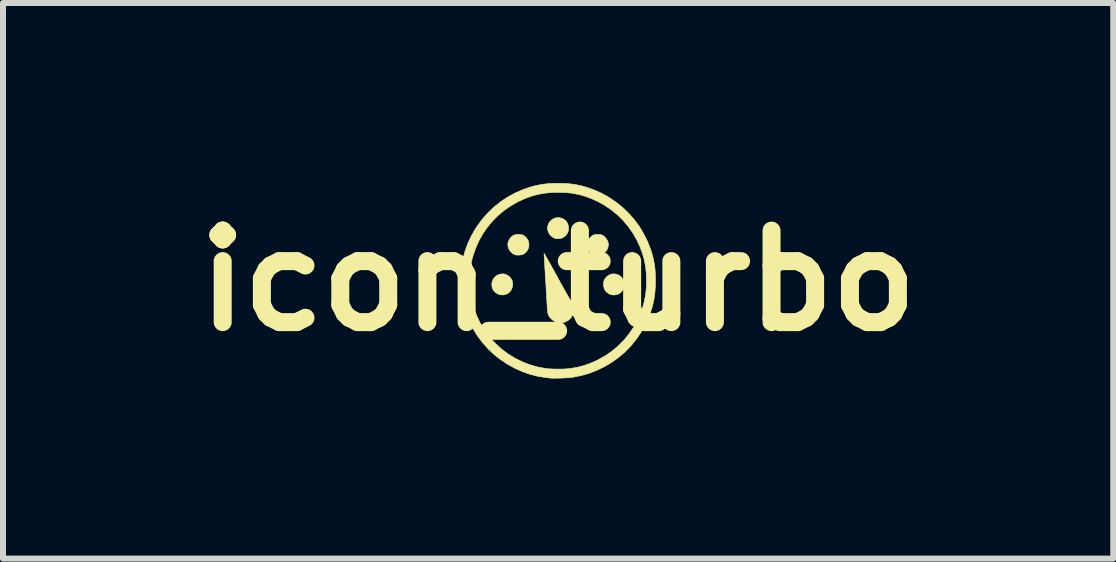
<source format=kicad_pcb>
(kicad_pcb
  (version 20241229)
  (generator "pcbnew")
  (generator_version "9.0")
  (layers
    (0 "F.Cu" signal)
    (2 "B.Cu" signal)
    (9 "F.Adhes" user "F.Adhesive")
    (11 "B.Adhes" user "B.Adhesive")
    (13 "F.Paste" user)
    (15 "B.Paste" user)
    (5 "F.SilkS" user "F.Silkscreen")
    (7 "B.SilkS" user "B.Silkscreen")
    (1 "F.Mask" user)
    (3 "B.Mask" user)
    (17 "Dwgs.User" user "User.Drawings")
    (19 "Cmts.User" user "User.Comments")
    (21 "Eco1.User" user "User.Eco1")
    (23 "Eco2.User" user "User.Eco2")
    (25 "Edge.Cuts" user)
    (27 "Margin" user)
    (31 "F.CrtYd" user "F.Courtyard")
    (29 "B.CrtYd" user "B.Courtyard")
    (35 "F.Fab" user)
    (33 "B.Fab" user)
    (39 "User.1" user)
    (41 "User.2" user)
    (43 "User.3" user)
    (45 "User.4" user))
  (footprint "icon_turbo"
    (layer "F.Cu")
    (at 6.248 1.627)
    (property "Reference" "icon_turbo" (at 0 0 0) (layer "F.SilkS") (effects (font (size 1.524 1.524) (thickness 0.3))))
    (attr through_hole)
    (fp_poly (pts (xy 0.939 -0.113) (xy 0.982 -0.106) (xy 1.019 -0.089) (xy 1.052 -0.063) (xy 1.058 -0.056) (xy 1.084 -0.021) (xy 1.099 0.016) (xy 1.104 0.058) (xy 1.103 0.076) (xy 1.094 0.121) (xy 1.075 0.16) (xy 1.047 0.193) (xy 1.012 0.218) (xy 0.972 0.233) (xy 0.928 0.238) (xy 0.898 0.235) (xy 0.852 0.22) (xy 0.815 0.196) (xy 0.785 0.163) (xy 0.766 0.123) (xy 0.757 0.076) (xy 0.756 0.06) (xy 0.761 0.013) (xy 0.778 -0.028) (xy 0.805 -0.063) (xy 0.843 -0.091) (xy 0.862 -0.1) (xy 0.885 -0.109) (xy 0.905 -0.113) (xy 0.928 -0.114) (xy 0.939 -0.113)) (stroke (width 0.01) (type solid)) (fill yes) (layer "F.SilkS"))
    (fp_poly (pts (xy -0.892 -0.111) (xy -0.871 -0.104) (xy -0.862 -0.1) (xy -0.82 -0.075) (xy -0.788 -0.043) (xy -0.767 -0.004) (xy -0.757 0.04) (xy -0.756 0.06) (xy -0.762 0.107) (xy -0.778 0.148) (xy -0.803 0.183) (xy -0.836 0.211) (xy -0.875 0.229) (xy -0.918 0.237) (xy -0.965 0.234) (xy -0.965 0.234) (xy -1.002 0.222) (xy -1.037 0.2) (xy -1.067 0.171) (xy -1.089 0.139) (xy -1.098 0.116) (xy -1.105 0.068) (xy -1.1 0.022) (xy -1.084 -0.021) (xy -1.056 -0.058) (xy -1.055 -0.059) (xy -1.022 -0.087) (xy -0.985 -0.105) (xy -0.941 -0.113) (xy -0.939 -0.113) (xy -0.912 -0.114) (xy -0.892 -0.111)) (stroke (width 0.01) (type solid)) (fill yes) (layer "F.SilkS"))
    (fp_poly (pts (xy 0.036 -1.048) (xy 0.078 -1.034) (xy 0.087 -1.029) (xy 0.125 -1.001) (xy 0.152 -0.966) (xy 0.168 -0.925) (xy 0.174 -0.877) (xy 0.174 -0.876) (xy 0.173 -0.847) (xy 0.169 -0.826) (xy 0.162 -0.806) (xy 0.157 -0.796) (xy 0.131 -0.758) (xy 0.097 -0.729) (xy 0.058 -0.709) (xy 0.014 -0.7) (xy -0.03 -0.701) (xy -0.048 -0.705) (xy -0.082 -0.72) (xy -0.114 -0.744) (xy -0.141 -0.773) (xy -0.15 -0.786) (xy -0.169 -0.828) (xy -0.176 -0.869) (xy -0.173 -0.909) (xy -0.16 -0.947) (xy -0.14 -0.98) (xy -0.113 -1.009) (xy -0.081 -1.031) (xy -0.045 -1.046) (xy -0.005 -1.052) (xy 0.036 -1.048)) (stroke (width 0.01) (type solid)) (fill yes) (layer "F.SilkS"))
    (fp_poly (pts (xy 0.679 -0.772) (xy 0.713 -0.767) (xy 0.74 -0.758) (xy 0.775 -0.733) (xy 0.804 -0.699) (xy 0.825 -0.661) (xy 0.837 -0.62) (xy 0.838 -0.6) (xy 0.832 -0.559) (xy 0.816 -0.519) (xy 0.791 -0.483) (xy 0.759 -0.454) (xy 0.74 -0.443) (xy 0.716 -0.435) (xy 0.686 -0.429) (xy 0.653 -0.427) (xy 0.622 -0.428) (xy 0.599 -0.433) (xy 0.566 -0.451) (xy 0.535 -0.476) (xy 0.521 -0.491) (xy 0.506 -0.515) (xy 0.493 -0.546) (xy 0.485 -0.578) (xy 0.483 -0.597) (xy 0.488 -0.64) (xy 0.505 -0.681) (xy 0.531 -0.717) (xy 0.564 -0.747) (xy 0.581 -0.758) (xy 0.608 -0.767) (xy 0.642 -0.772) (xy 0.679 -0.772)) (stroke (width 0.01) (type solid)) (fill yes) (layer "F.SilkS"))
    (fp_poly (pts (xy -0.621 -0.769) (xy -0.59 -0.762) (xy -0.563 -0.747) (xy -0.537 -0.724) (xy -0.529 -0.715) (xy -0.503 -0.679) (xy -0.489 -0.639) (xy -0.485 -0.597) (xy -0.49 -0.556) (xy -0.506 -0.516) (xy -0.53 -0.481) (xy -0.563 -0.452) (xy -0.583 -0.44) (xy -0.604 -0.434) (xy -0.632 -0.429) (xy -0.663 -0.427) (xy -0.691 -0.428) (xy -0.711 -0.431) (xy -0.752 -0.45) (xy -0.786 -0.479) (xy -0.813 -0.514) (xy -0.831 -0.554) (xy -0.838 -0.597) (xy -0.838 -0.6) (xy -0.833 -0.638) (xy -0.818 -0.677) (xy -0.796 -0.711) (xy -0.792 -0.716) (xy -0.765 -0.742) (xy -0.739 -0.758) (xy -0.709 -0.768) (xy -0.673 -0.771) (xy -0.66 -0.771) (xy -0.621 -0.769)) (stroke (width 0.01) (type solid)) (fill yes) (layer "F.SilkS"))
    (fp_poly (pts (xy -0.23 -0.451) (xy -0.221 -0.437) (xy -0.208 -0.413) (xy -0.189 -0.381) (xy -0.167 -0.341) (xy -0.14 -0.294) (xy -0.111 -0.241) (xy -0.079 -0.184) (xy -0.045 -0.122) (xy -0.023 -0.081) (xy 0.013 -0.016) (xy 0.047 0.047) (xy 0.08 0.105) (xy 0.11 0.159) (xy 0.137 0.207) (xy 0.161 0.249) (xy 0.18 0.283) (xy 0.195 0.308) (xy 0.205 0.323) (xy 0.207 0.327) (xy 0.238 0.374) (xy 0.256 0.423) (xy 0.263 0.474) (xy 0.263 0.476) (xy 0.258 0.527) (xy 0.244 0.571) (xy 0.219 0.611) (xy 0.197 0.636) (xy 0.157 0.667) (xy 0.112 0.689) (xy 0.064 0.701) (xy 0.015 0.701) (xy 0.001 0.698) (xy -0.048 0.682) (xy -0.094 0.653) (xy -0.118 0.632) (xy -0.14 0.607) (xy -0.156 0.582) (xy -0.168 0.553) (xy -0.175 0.517) (xy -0.179 0.473) (xy -0.181 0.449) (xy -0.182 0.428) (xy -0.183 0.397) (xy -0.186 0.355) (xy -0.189 0.305) (xy -0.192 0.247) (xy -0.196 0.184) (xy -0.2 0.115) (xy -0.204 0.044) (xy -0.209 -0.029) (xy -0.21 -0.039) (xy -0.214 -0.11) (xy -0.218 -0.177) (xy -0.222 -0.239) (xy -0.225 -0.296) (xy -0.228 -0.346) (xy -0.231 -0.388) (xy -0.232 -0.42) (xy -0.233 -0.443) (xy -0.234 -0.454) (xy -0.234 -0.455) (xy -0.23 -0.451)) (stroke (width 0.01) (type solid)) (fill yes) (layer "F.SilkS"))
    (fp_poly (pts (xy 0.092 -1.621) (xy 0.174 -1.616) (xy 0.251 -1.608) (xy 0.325 -1.595) (xy 0.399 -1.578) (xy 0.47 -1.558) (xy 0.604 -1.511) (xy 0.733 -1.453) (xy 0.855 -1.384) (xy 0.97 -1.305) (xy 1.078 -1.218) (xy 1.179 -1.121) (xy 1.27 -1.016) (xy 1.353 -0.904) (xy 1.425 -0.784) (xy 1.488 -0.658) (xy 1.54 -0.526) (xy 1.558 -0.47) (xy 1.58 -0.392) (xy 1.596 -0.317) (xy 1.609 -0.243) (xy 1.617 -0.166) (xy 1.621 -0.083) (xy 1.622 0) (xy 1.619 0.117) (xy 1.61 0.226) (xy 1.594 0.329) (xy 1.571 0.429) (xy 1.539 0.529) (xy 1.507 0.613) (xy 1.447 0.743) (xy 1.377 0.866) (xy 1.297 0.982) (xy 1.209 1.09) (xy 1.111 1.189) (xy 1.006 1.279) (xy 0.893 1.36) (xy 0.773 1.431) (xy 0.647 1.492) (xy 0.515 1.543) (xy 0.378 1.582) (xy 0.236 1.61) (xy 0.232 1.61) (xy 0.209 1.613) (xy 0.176 1.616) (xy 0.137 1.618) (xy 0.093 1.62) (xy 0.048 1.622) (xy 0.002 1.623) (xy -0.04 1.624) (xy -0.078 1.624) (xy -0.108 1.623) (xy -0.128 1.622) (xy -0.13 1.622) (xy -0.145 1.62) (xy -0.168 1.617) (xy -0.196 1.614) (xy -0.21 1.612) (xy -0.341 1.591) (xy -0.47 1.558) (xy -0.598 1.513) (xy -0.722 1.457) (xy -0.842 1.391) (xy -0.956 1.316) (xy -1.064 1.231) (xy -1.164 1.137) (xy -1.255 1.036) (xy -1.266 1.022) (xy -1.351 0.907) (xy -1.425 0.785) (xy -1.488 0.657) (xy -1.54 0.523) (xy -1.58 0.384) (xy -1.61 0.238) (xy -1.614 0.206) (xy -1.617 0.177) (xy -1.62 0.137) (xy -1.621 0.09) (xy -1.622 0.038) (xy -1.622 -0.015) (xy -1.622 -0.043) (xy -1.473 -0.043) (xy -1.473 0.055) (xy -1.467 0.151) (xy -1.457 0.242) (xy -1.444 0.314) (xy -1.408 0.446) (xy -1.361 0.573) (xy -1.303 0.696) (xy -1.234 0.812) (xy -1.155 0.921) (xy -1.067 1.023) (xy -1.045 1.045) (xy -0.945 1.136) (xy -0.838 1.217) (xy -0.723 1.288) (xy -0.603 1.348) (xy -0.477 1.398) (xy -0.348 1.435) (xy -0.215 1.461) (xy -0.2 1.463) (xy -0.159 1.467) (xy -0.109 1.47) (xy -0.052 1.472) (xy 0.007 1.472) (xy 0.066 1.472) (xy 0.121 1.47) (xy 0.169 1.466) (xy 0.195 1.463) (xy 0.312 1.444) (xy 0.423 1.416) (xy 0.532 1.378) (xy 0.641 1.33) (xy 0.674 1.314) (xy 0.794 1.246) (xy 0.905 1.168) (xy 1.008 1.081) (xy 1.101 0.986) (xy 1.186 0.881) (xy 1.262 0.768) (xy 1.314 0.674) (xy 1.365 0.563) (xy 1.406 0.454) (xy 1.437 0.344) (xy 1.458 0.231) (xy 1.47 0.113) (xy 1.473 0) (xy 1.469 -0.125) (xy 1.456 -0.243) (xy 1.434 -0.356) (xy 1.403 -0.465) (xy 1.36 -0.575) (xy 1.314 -0.674) (xy 1.246 -0.794) (xy 1.168 -0.905) (xy 1.081 -1.008) (xy 0.986 -1.101) (xy 0.881 -1.186) (xy 0.768 -1.262) (xy 0.674 -1.314) (xy 0.563 -1.365) (xy 0.454 -1.406) (xy 0.344 -1.437) (xy 0.231 -1.458) (xy 0.113 -1.47) (xy -0.000001 -1.473) (xy -0.125 -1.469) (xy -0.243 -1.456) (xy -0.356 -1.434) (xy -0.465 -1.403) (xy -0.575 -1.36) (xy -0.674 -1.314) (xy -0.793 -1.246) (xy -0.903 -1.169) (xy -1.005 -1.083) (xy -1.099 -0.988) (xy -1.183 -0.885) (xy -1.258 -0.775) (xy -1.323 -0.658) (xy -1.377 -0.534) (xy -1.421 -0.405) (xy -1.444 -0.314) (xy -1.458 -0.231) (xy -1.468 -0.14) (xy -1.473 -0.043) (xy -1.622 -0.043) (xy -1.622 -0.068) (xy -1.62 -0.118) (xy -1.618 -0.161) (xy -1.616 -0.195) (xy -1.614 -0.206) (xy -1.589 -0.349) (xy -1.553 -0.484) (xy -1.507 -0.613) (xy -1.45 -0.737) (xy -1.382 -0.858) (xy -1.349 -0.908) (xy -1.264 -1.023) (xy -1.17 -1.13) (xy -1.067 -1.228) (xy -0.957 -1.316) (xy -0.839 -1.394) (xy -0.714 -1.462) (xy -0.584 -1.519) (xy -0.47 -1.558) (xy -0.392 -1.58) (xy -0.317 -1.596) (xy -0.243 -1.609) (xy -0.166 -1.617) (xy -0.083 -1.621) (xy 0 -1.622) (xy 0.092 -1.621)) (stroke (width 0.01) (type solid)) (fill yes) (layer "F.SilkS")))
  (gr_rect
    (start -3 -3)
    (end 15.497 6.256)
    (stroke (width 0.1) (type default))
    (fill no)
    (layer "Edge.Cuts")))
</source>
